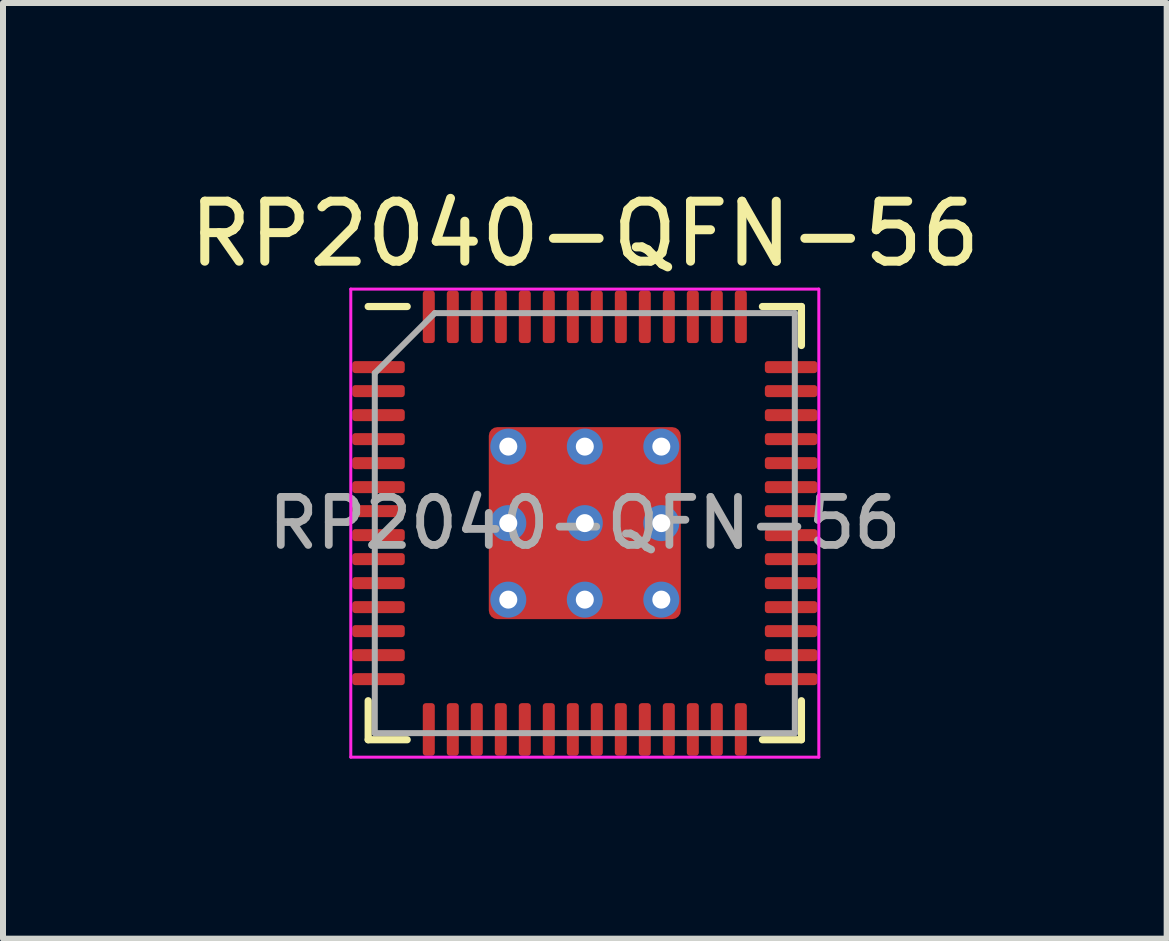
<source format=kicad_pcb>
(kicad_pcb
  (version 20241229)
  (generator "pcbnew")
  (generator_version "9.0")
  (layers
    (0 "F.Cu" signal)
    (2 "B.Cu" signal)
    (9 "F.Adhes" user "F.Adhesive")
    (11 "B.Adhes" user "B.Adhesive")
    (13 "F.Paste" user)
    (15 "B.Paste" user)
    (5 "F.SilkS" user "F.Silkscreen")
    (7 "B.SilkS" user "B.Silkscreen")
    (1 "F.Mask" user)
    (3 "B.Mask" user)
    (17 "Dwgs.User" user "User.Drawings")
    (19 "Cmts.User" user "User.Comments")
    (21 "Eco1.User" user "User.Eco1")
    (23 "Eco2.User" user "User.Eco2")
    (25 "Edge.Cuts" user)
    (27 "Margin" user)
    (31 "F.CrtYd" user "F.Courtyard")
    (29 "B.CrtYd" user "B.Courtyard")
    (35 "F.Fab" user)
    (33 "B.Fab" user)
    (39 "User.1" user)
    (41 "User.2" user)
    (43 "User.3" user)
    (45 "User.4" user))
  (footprint "RP2040-QFN-56"
    (layer "F.Cu")
    (at 6.696 5.668)
    (property "Reference" "RP2040-QFN-56" (at 0 -4.82 0) (layer "F.SilkS") (effects (font (size 1 1) (thickness 0.15))))
    (attr through_hole)
    (fp_line (start -3.61 3.61) (end -3.61 2.96) (stroke (width 0.12) (type solid)) (layer "F.SilkS"))
    (fp_line (start -2.96 -3.61) (end -3.61 -3.61) (stroke (width 0.12) (type solid)) (layer "F.SilkS"))
    (fp_line (start -2.96 3.61) (end -3.61 3.61) (stroke (width 0.12) (type solid)) (layer "F.SilkS"))
    (fp_line (start 2.96 -3.61) (end 3.61 -3.61) (stroke (width 0.12) (type solid)) (layer "F.SilkS"))
    (fp_line (start 2.96 3.61) (end 3.61 3.61) (stroke (width 0.12) (type solid)) (layer "F.SilkS"))
    (fp_line (start 3.61 -3.61) (end 3.61 -2.96) (stroke (width 0.12) (type solid)) (layer "F.SilkS"))
    (fp_line (start 3.61 3.61) (end 3.61 2.96) (stroke (width 0.12) (type solid)) (layer "F.SilkS"))
    (fp_line (start -3.9 -3.9) (end -3.9 3.9) (stroke (width 0.05) (type solid)) (layer "F.CrtYd"))
    (fp_line (start -3.9 3.9) (end 3.9 3.9) (stroke (width 0.05) (type solid)) (layer "F.CrtYd"))
    (fp_line (start 3.9 -3.9) (end -3.9 -3.9) (stroke (width 0.05) (type solid)) (layer "F.CrtYd"))
    (fp_line (start 3.9 3.9) (end 3.9 -3.9) (stroke (width 0.05) (type solid)) (layer "F.CrtYd"))
    (fp_line (start -3.5 -2.5) (end -2.5 -3.5) (stroke (width 0.1) (type solid)) (layer "F.Fab"))
    (fp_line (start -3.5 3.5) (end -3.5 -2.5) (stroke (width 0.1) (type solid)) (layer "F.Fab"))
    (fp_line (start -2.5 -3.5) (end 3.5 -3.5) (stroke (width 0.1) (type solid)) (layer "F.Fab"))
    (fp_line (start 3.5 -3.5) (end 3.5 3.5) (stroke (width 0.1) (type solid)) (layer "F.Fab"))
    (fp_line (start 3.5 3.5) (end -3.5 3.5) (stroke (width 0.1) (type solid)) (layer "F.Fab"))
    (fp_text user "${REFERENCE}" (at 0 0 0) (layer "F.Fab") (effects (font (size 0.8 0.8) (thickness 0.13))))
    (pad "" smd roundrect (at -0.637 -0.637) (size 1.084 1.084) (layers "F.Paste") (roundrect_rratio 0.231))
    (pad "" smd roundrect (at -0.637 0.637) (size 1.084 1.084) (layers "F.Paste") (roundrect_rratio 0.231))
    (pad "" smd roundrect (at 0.637 -0.637) (size 1.084 1.084) (layers "F.Paste") (roundrect_rratio 0.231))
    (pad "" smd roundrect (at 0.637 0.637) (size 1.084 1.084) (layers "F.Paste") (roundrect_rratio 0.231))
    (pad "1" smd roundrect (at -3.438 -2.6) (size 0.875 0.2) (layers "F.Cu" "F.Mask" "F.Paste") (roundrect_rratio 0.25))
    (pad "2" smd roundrect (at -3.438 -2.2) (size 0.875 0.2) (layers "F.Cu" "F.Mask" "F.Paste") (roundrect_rratio 0.25))
    (pad "3" smd roundrect (at -3.438 -1.8) (size 0.875 0.2) (layers "F.Cu" "F.Mask" "F.Paste") (roundrect_rratio 0.25))
    (pad "4" smd roundrect (at -3.438 -1.4) (size 0.875 0.2) (layers "F.Cu" "F.Mask" "F.Paste") (roundrect_rratio 0.25))
    (pad "5" smd roundrect (at -3.438 -1) (size 0.875 0.2) (layers "F.Cu" "F.Mask" "F.Paste") (roundrect_rratio 0.25))
    (pad "6" smd roundrect (at -3.438 -0.6) (size 0.875 0.2) (layers "F.Cu" "F.Mask" "F.Paste") (roundrect_rratio 0.25))
    (pad "7" smd roundrect (at -3.438 -0.2) (size 0.875 0.2) (layers "F.Cu" "F.Mask" "F.Paste") (roundrect_rratio 0.25))
    (pad "8" smd roundrect (at -3.438 0.2) (size 0.875 0.2) (layers "F.Cu" "F.Mask" "F.Paste") (roundrect_rratio 0.25))
    (pad "9" smd roundrect (at -3.438 0.6) (size 0.875 0.2) (layers "F.Cu" "F.Mask" "F.Paste") (roundrect_rratio 0.25))
    (pad "10" smd roundrect (at -3.438 1) (size 0.875 0.2) (layers "F.Cu" "F.Mask" "F.Paste") (roundrect_rratio 0.25))
    (pad "11" smd roundrect (at -3.438 1.4) (size 0.875 0.2) (layers "F.Cu" "F.Mask" "F.Paste") (roundrect_rratio 0.25))
    (pad "12" smd roundrect (at -3.438 1.8) (size 0.875 0.2) (layers "F.Cu" "F.Mask" "F.Paste") (roundrect_rratio 0.25))
    (pad "13" smd roundrect (at -3.438 2.2) (size 0.875 0.2) (layers "F.Cu" "F.Mask" "F.Paste") (roundrect_rratio 0.25))
    (pad "14" smd roundrect (at -3.438 2.6) (size 0.875 0.2) (layers "F.Cu" "F.Mask" "F.Paste") (roundrect_rratio 0.25))
    (pad "15" smd roundrect (at -2.6 3.438) (size 0.2 0.875) (layers "F.Cu" "F.Mask" "F.Paste") (roundrect_rratio 0.25))
    (pad "16" smd roundrect (at -2.2 3.438) (size 0.2 0.875) (layers "F.Cu" "F.Mask" "F.Paste") (roundrect_rratio 0.25))
    (pad "17" smd roundrect (at -1.8 3.438) (size 0.2 0.875) (layers "F.Cu" "F.Mask" "F.Paste") (roundrect_rratio 0.25))
    (pad "18" smd roundrect (at -1.4 3.438) (size 0.2 0.875) (layers "F.Cu" "F.Mask" "F.Paste") (roundrect_rratio 0.25))
    (pad "19" smd roundrect (at -1 3.438) (size 0.2 0.875) (layers "F.Cu" "F.Mask" "F.Paste") (roundrect_rratio 0.25))
    (pad "20" smd roundrect (at -0.6 3.438) (size 0.2 0.875) (layers "F.Cu" "F.Mask" "F.Paste") (roundrect_rratio 0.25))
    (pad "21" smd roundrect (at -0.2 3.438) (size 0.2 0.875) (layers "F.Cu" "F.Mask" "F.Paste") (roundrect_rratio 0.25))
    (pad "22" smd roundrect (at 0.2 3.438) (size 0.2 0.875) (layers "F.Cu" "F.Mask" "F.Paste") (roundrect_rratio 0.25))
    (pad "23" smd roundrect (at 0.6 3.438) (size 0.2 0.875) (layers "F.Cu" "F.Mask" "F.Paste") (roundrect_rratio 0.25))
    (pad "24" smd roundrect (at 1 3.438) (size 0.2 0.875) (layers "F.Cu" "F.Mask" "F.Paste") (roundrect_rratio 0.25))
    (pad "25" smd roundrect (at 1.4 3.438) (size 0.2 0.875) (layers "F.Cu" "F.Mask" "F.Paste") (roundrect_rratio 0.25))
    (pad "26" smd roundrect (at 1.8 3.438) (size 0.2 0.875) (layers "F.Cu" "F.Mask" "F.Paste") (roundrect_rratio 0.25))
    (pad "27" smd roundrect (at 2.2 3.438) (size 0.2 0.875) (layers "F.Cu" "F.Mask" "F.Paste") (roundrect_rratio 0.25))
    (pad "28" smd roundrect (at 2.6 3.438) (size 0.2 0.875) (layers "F.Cu" "F.Mask" "F.Paste") (roundrect_rratio 0.25))
    (pad "29" smd roundrect (at 3.438 2.6) (size 0.875 0.2) (layers "F.Cu" "F.Mask" "F.Paste") (roundrect_rratio 0.25))
    (pad "30" smd roundrect (at 3.438 2.2) (size 0.875 0.2) (layers "F.Cu" "F.Mask" "F.Paste") (roundrect_rratio 0.25))
    (pad "31" smd roundrect (at 3.438 1.8) (size 0.875 0.2) (layers "F.Cu" "F.Mask" "F.Paste") (roundrect_rratio 0.25))
    (pad "32" smd roundrect (at 3.438 1.4) (size 0.875 0.2) (layers "F.Cu" "F.Mask" "F.Paste") (roundrect_rratio 0.25))
    (pad "33" smd roundrect (at 3.438 1) (size 0.875 0.2) (layers "F.Cu" "F.Mask" "F.Paste") (roundrect_rratio 0.25))
    (pad "34" smd roundrect (at 3.438 0.6) (size 0.875 0.2) (layers "F.Cu" "F.Mask" "F.Paste") (roundrect_rratio 0.25))
    (pad "35" smd roundrect (at 3.438 0.2) (size 0.875 0.2) (layers "F.Cu" "F.Mask" "F.Paste") (roundrect_rratio 0.25))
    (pad "36" smd roundrect (at 3.438 -0.2) (size 0.875 0.2) (layers "F.Cu" "F.Mask" "F.Paste") (roundrect_rratio 0.25))
    (pad "37" smd roundrect (at 3.438 -0.6) (size 0.875 0.2) (layers "F.Cu" "F.Mask" "F.Paste") (roundrect_rratio 0.25))
    (pad "38" smd roundrect (at 3.438 -1) (size 0.875 0.2) (layers "F.Cu" "F.Mask" "F.Paste") (roundrect_rratio 0.25))
    (pad "39" smd roundrect (at 3.438 -1.4) (size 0.875 0.2) (layers "F.Cu" "F.Mask" "F.Paste") (roundrect_rratio 0.25))
    (pad "40" smd roundrect (at 3.438 -1.8) (size 0.875 0.2) (layers "F.Cu" "F.Mask" "F.Paste") (roundrect_rratio 0.25))
    (pad "41" smd roundrect (at 3.438 -2.2) (size 0.875 0.2) (layers "F.Cu" "F.Mask" "F.Paste") (roundrect_rratio 0.25))
    (pad "42" smd roundrect (at 3.438 -2.6) (size 0.875 0.2) (layers "F.Cu" "F.Mask" "F.Paste") (roundrect_rratio 0.25))
    (pad "43" smd roundrect (at 2.6 -3.438) (size 0.2 0.875) (layers "F.Cu" "F.Mask" "F.Paste") (roundrect_rratio 0.25))
    (pad "44" smd roundrect (at 2.2 -3.438) (size 0.2 0.875) (layers "F.Cu" "F.Mask" "F.Paste") (roundrect_rratio 0.25))
    (pad "45" smd roundrect (at 1.8 -3.438) (size 0.2 0.875) (layers "F.Cu" "F.Mask" "F.Paste") (roundrect_rratio 0.25))
    (pad "46" smd roundrect (at 1.4 -3.438) (size 0.2 0.875) (layers "F.Cu" "F.Mask" "F.Paste") (roundrect_rratio 0.25))
    (pad "47" smd roundrect (at 1 -3.438) (size 0.2 0.875) (layers "F.Cu" "F.Mask" "F.Paste") (roundrect_rratio 0.25))
    (pad "48" smd roundrect (at 0.6 -3.438) (size 0.2 0.875) (layers "F.Cu" "F.Mask" "F.Paste") (roundrect_rratio 0.25))
    (pad "49" smd roundrect (at 0.2 -3.438) (size 0.2 0.875) (layers "F.Cu" "F.Mask" "F.Paste") (roundrect_rratio 0.25))
    (pad "50" smd roundrect (at -0.2 -3.438) (size 0.2 0.875) (layers "F.Cu" "F.Mask" "F.Paste") (roundrect_rratio 0.25))
    (pad "51" smd roundrect (at -0.6 -3.438) (size 0.2 0.875) (layers "F.Cu" "F.Mask" "F.Paste") (roundrect_rratio 0.25))
    (pad "52" smd roundrect (at -1 -3.438) (size 0.2 0.875) (layers "F.Cu" "F.Mask" "F.Paste") (roundrect_rratio 0.25))
    (pad "53" smd roundrect (at -1.4 -3.438) (size 0.2 0.875) (layers "F.Cu" "F.Mask" "F.Paste") (roundrect_rratio 0.25))
    (pad "54" smd roundrect (at -1.8 -3.438) (size 0.2 0.875) (layers "F.Cu" "F.Mask" "F.Paste") (roundrect_rratio 0.25))
    (pad "55" smd roundrect (at -2.2 -3.438) (size 0.2 0.875) (layers "F.Cu" "F.Mask" "F.Paste") (roundrect_rratio 0.25))
    (pad "56" smd roundrect (at -2.6 -3.438) (size 0.2 0.875) (layers "F.Cu" "F.Mask" "F.Paste") (roundrect_rratio 0.25))
    (pad "57" thru_hole circle (at -1.275 -1.275) (size 0.6 0.6) (drill 0.3) (layers "*.Cu"))
    (pad "57" thru_hole circle (at -1.275 0) (size 0.6 0.6) (drill 0.3) (layers "*.Cu"))
    (pad "57" thru_hole circle (at -1.275 1.275) (size 0.6 0.6) (drill 0.3) (layers "*.Cu"))
    (pad "57" thru_hole circle (at 0 -1.275) (size 0.6 0.6) (drill 0.3) (layers "*.Cu"))
    (pad "57" thru_hole circle (at 0 0) (size 0.6 0.6) (drill 0.3) (layers "*.Cu"))
    (pad "57" smd roundrect (at 0 0) (size 3.2 3.2) (layers "F.Cu" "F.Mask") (roundrect_rratio 0.045))
    (pad "57" thru_hole circle (at 0 1.275) (size 0.6 0.6) (drill 0.3) (layers "*.Cu"))
    (pad "57" thru_hole circle (at 1.275 -1.275) (size 0.6 0.6) (drill 0.3) (layers "*.Cu"))
    (pad "57" thru_hole circle (at 1.275 0) (size 0.6 0.6) (drill 0.3) (layers "*.Cu"))
    (pad "57" thru_hole circle (at 1.275 1.275) (size 0.6 0.6) (drill 0.3) (layers "*.Cu")))
  (gr_rect
    (start -3 -3)
    (end 16.393 12.593)
    (stroke (width 0.1) (type default))
    (fill no)
    (layer "Edge.Cuts")))
</source>
